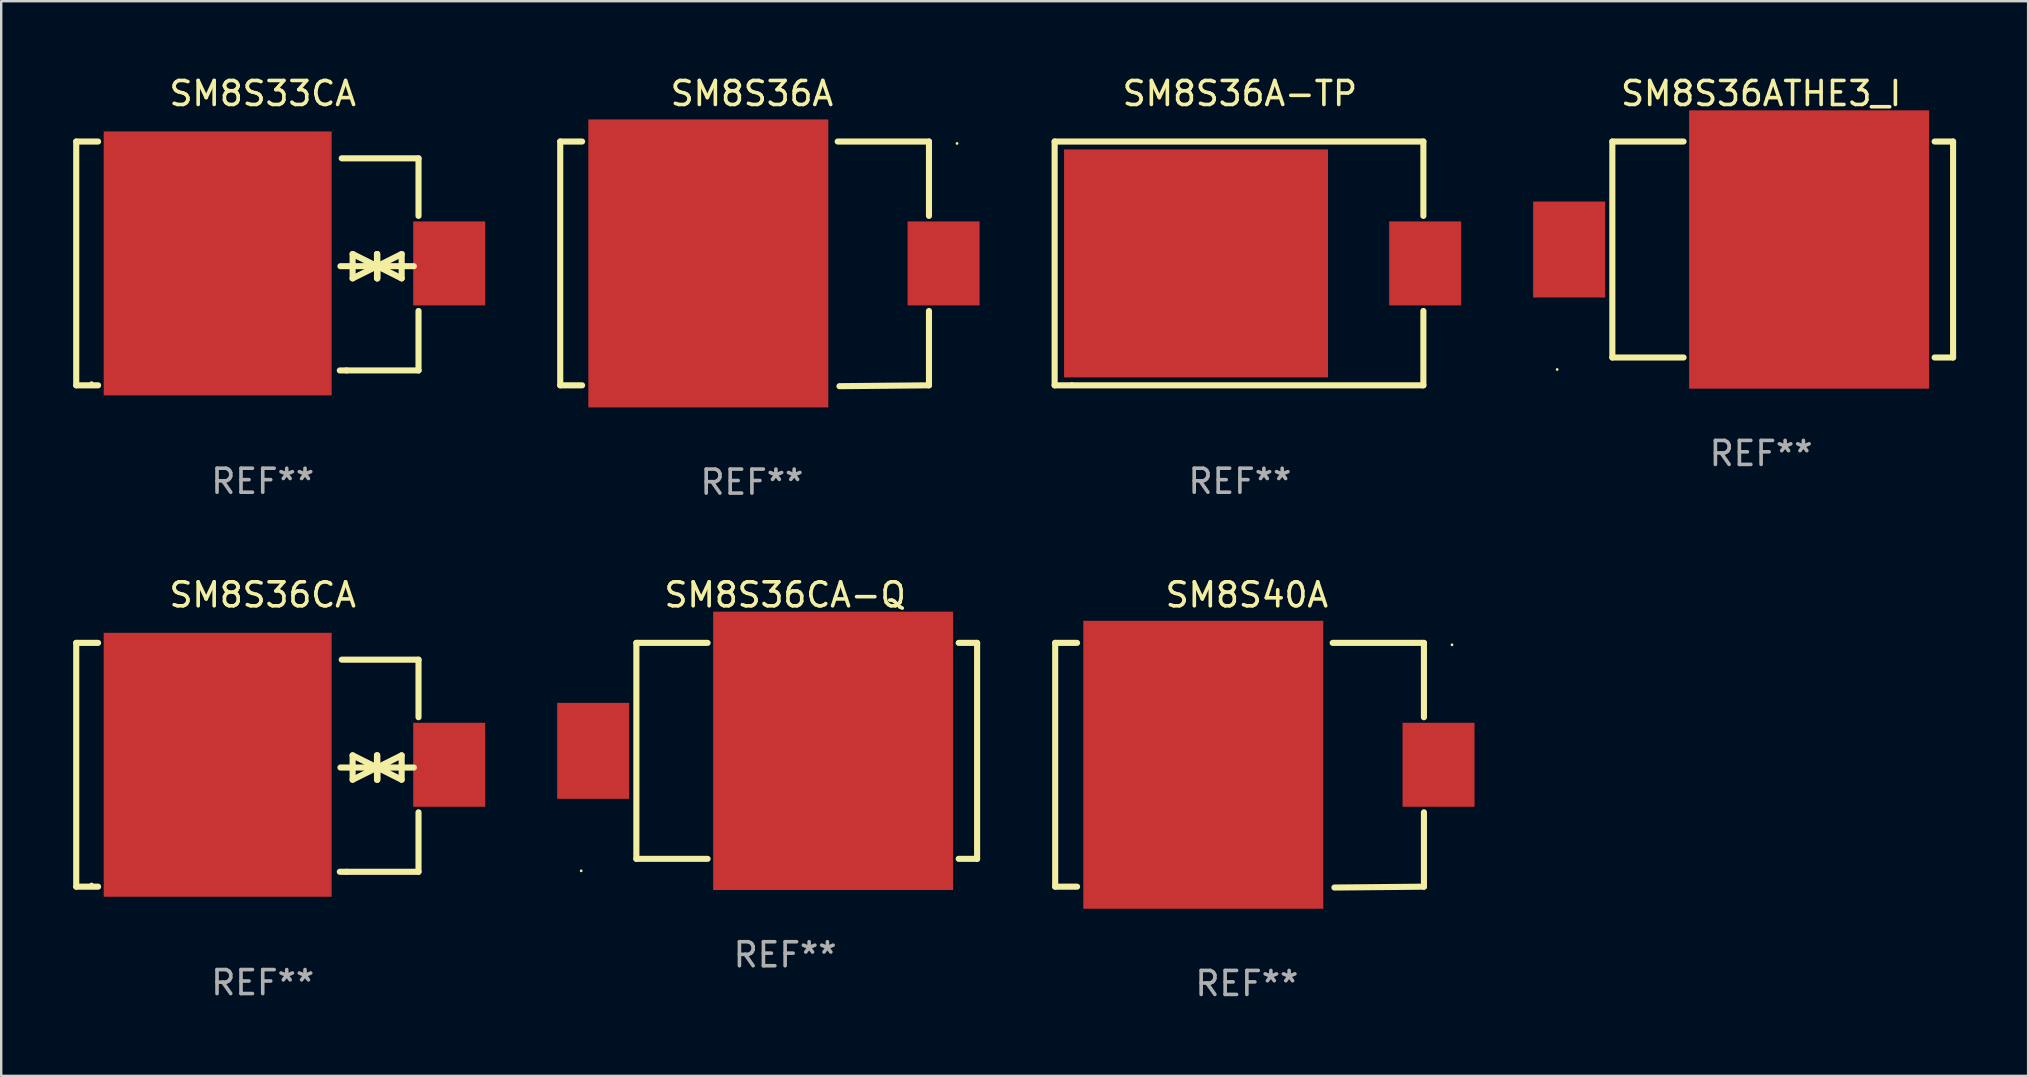
<source format=kicad_pcb>
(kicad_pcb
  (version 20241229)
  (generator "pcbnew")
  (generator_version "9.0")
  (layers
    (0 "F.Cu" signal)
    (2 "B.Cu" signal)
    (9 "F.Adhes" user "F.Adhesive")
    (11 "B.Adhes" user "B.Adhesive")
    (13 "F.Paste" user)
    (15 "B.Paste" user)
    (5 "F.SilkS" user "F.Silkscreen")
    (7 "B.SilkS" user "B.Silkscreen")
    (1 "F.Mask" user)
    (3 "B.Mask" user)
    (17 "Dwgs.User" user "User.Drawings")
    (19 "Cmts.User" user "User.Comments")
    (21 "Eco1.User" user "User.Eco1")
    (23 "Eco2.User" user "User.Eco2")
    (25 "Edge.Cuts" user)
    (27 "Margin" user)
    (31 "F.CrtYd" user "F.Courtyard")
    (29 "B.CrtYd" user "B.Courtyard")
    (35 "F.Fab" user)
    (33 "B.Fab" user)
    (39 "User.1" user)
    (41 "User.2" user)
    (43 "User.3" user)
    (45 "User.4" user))
  (footprint "SM8S40A"
    (layer "F.Cu")
    (at 48.912 28.839)
    (property "Reference" "SM8S40A" (at 0 -7.098 0) (layer "F.SilkS") (effects (font (size 1 1) (thickness 0.15))))
    (attr through_hole)
    (fp_line (start -7.988 -5.098) (end -7.076 -5.098) (stroke (width 0.254) (type solid)) (layer "F.SilkS"))
    (fp_line (start -7.988 5.062) (end -7.988 -5.098) (stroke (width 0.254) (type solid)) (layer "F.SilkS"))
    (fp_line (start -7.076 5.062) (end -7.988 5.062) (stroke (width 0.254) (type solid)) (layer "F.SilkS"))
    (fp_line (start 3.575 -5.098) (end 7.379 -5.098) (stroke (width 0.254) (type solid)) (layer "F.SilkS"))
    (fp_line (start 7.379 -5.098) (end 7.379 -1.999) (stroke (width 0.254) (type solid)) (layer "F.SilkS"))
    (fp_line (start 7.379 1.963) (end 7.379 5.062) (stroke (width 0.254) (type solid)) (layer "F.SilkS"))
    (fp_line (start 7.379 5.062) (end 3.648 5.098) (stroke (width 0.254) (type solid)) (layer "F.SilkS"))
    (fp_circle (center 8.549 -5.018) (end 8.579 -5.018) (stroke (width 0.06) (type solid)) (fill no) (layer "F.SilkS"))
    (fp_text user "REF**" (at 0 9.098 0) (layer "F.Fab") (effects (font (size 1 1) (thickness 0.15))))
    (pad "1" smd rect (at 7.988 -0.018 90) (size 3.5 3) (layers "F.Cu" "F.Mask" "F.Paste"))
    (pad "2" smd rect (at -1.816 -0.018 90) (size 12 10) (layers "F.Cu" "F.Mask" "F.Paste")))
  (footprint "SM8S36A-TP"
    (layer "F.Cu")
    (at 48.622 7.928)
    (property "Reference" "SM8S36A-TP" (at 0 -7.08 0) (layer "F.SilkS") (effects (font (size 1 1) (thickness 0.15))))
    (attr through_hole)
    (fp_line (start -7.721 -5.08) (end 7.646 -5.08) (stroke (width 0.254) (type solid)) (layer "F.SilkS"))
    (fp_line (start -7.721 5.08) (end -7.721 -5.08) (stroke (width 0.254) (type solid)) (layer "F.SilkS"))
    (fp_line (start 7.646 -5.08) (end 7.646 -1.981) (stroke (width 0.254) (type solid)) (layer "F.SilkS"))
    (fp_line (start 7.646 1.981) (end 7.646 5.08) (stroke (width 0.254) (type solid)) (layer "F.SilkS"))
    (fp_line (start 7.646 5.08) (end -7.721 5.08) (stroke (width 0.254) (type solid)) (layer "F.SilkS"))
    (fp_circle (center -7.003 5) (end -6.973 5) (stroke (width 0.06) (type solid)) (fill no) (layer "F.SilkS"))
    (fp_text user "REF**" (at 0 9.08 0) (layer "F.Fab") (effects (font (size 1 1) (thickness 0.15))))
    (pad "1" smd rect (at -1.828 0) (size 11 9.5) (layers "F.Cu" "F.Mask" "F.Paste"))
    (pad "2" smd rect (at 7.721 0 90) (size 3.5 3) (layers "F.Cu" "F.Mask" "F.Paste")))
  (footprint "SM8S36A"
    (layer "F.Cu")
    (at 28.285 7.946)
    (property "Reference" "SM8S36A" (at 0 -7.098 0) (layer "F.SilkS") (effects (font (size 1 1) (thickness 0.15))))
    (attr through_hole)
    (fp_line (start -7.988 -5.098) (end -7.076 -5.098) (stroke (width 0.254) (type solid)) (layer "F.SilkS"))
    (fp_line (start -7.988 5.062) (end -7.988 -5.098) (stroke (width 0.254) (type solid)) (layer "F.SilkS"))
    (fp_line (start -7.076 5.062) (end -7.988 5.062) (stroke (width 0.254) (type solid)) (layer "F.SilkS"))
    (fp_line (start 3.575 -5.098) (end 7.379 -5.098) (stroke (width 0.254) (type solid)) (layer "F.SilkS"))
    (fp_line (start 7.379 -5.098) (end 7.379 -1.999) (stroke (width 0.254) (type solid)) (layer "F.SilkS"))
    (fp_line (start 7.379 1.963) (end 7.379 5.062) (stroke (width 0.254) (type solid)) (layer "F.SilkS"))
    (fp_line (start 7.379 5.062) (end 3.648 5.098) (stroke (width 0.254) (type solid)) (layer "F.SilkS"))
    (fp_circle (center 8.549 -5.018) (end 8.579 -5.018) (stroke (width 0.06) (type solid)) (fill no) (layer "F.SilkS"))
    (fp_text user "REF**" (at 0 9.098 0) (layer "F.Fab") (effects (font (size 1 1) (thickness 0.15))))
    (pad "1" smd rect (at 7.988 -0.018 90) (size 3.5 3) (layers "F.Cu" "F.Mask" "F.Paste"))
    (pad "2" smd rect (at -1.816 -0.018 90) (size 12 10) (layers "F.Cu" "F.Mask" "F.Paste")))
  (footprint "SM8S36CA-Q"
    (layer "F.Cu")
    (at 29.67 28.241)
    (property "Reference" "SM8S36CA-Q" (at 0 -6.5 0) (layer "F.SilkS") (effects (font (size 1 1) (thickness 0.15))))
    (attr through_hole)
    (fp_line (start -6.2 -4.5) (end -6.2 4.5) (stroke (width 0.254) (type solid)) (layer "F.SilkS"))
    (fp_line (start -6.2 -4.5) (end -3.231 -4.5) (stroke (width 0.254) (type solid)) (layer "F.SilkS"))
    (fp_line (start -6.2 4.5) (end -3.231 4.5) (stroke (width 0.254) (type solid)) (layer "F.SilkS"))
    (fp_line (start 7.231 -4.5) (end 8 -4.5) (stroke (width 0.254) (type solid)) (layer "F.SilkS"))
    (fp_line (start 7.231 4.5) (end 8 4.5) (stroke (width 0.254) (type solid)) (layer "F.SilkS"))
    (fp_line (start 8 -4.5) (end 8 4.5) (stroke (width 0.254) (type solid)) (layer "F.SilkS"))
    (fp_circle (center -8.5 5) (end -8.47 5) (stroke (width 0.06) (type solid)) (fill no) (layer "F.SilkS"))
    (fp_text user "REF**" (at 0 8.5 0) (layer "F.Fab") (effects (font (size 1 1) (thickness 0.15))))
    (pad "1" smd rect (at -8 0 180) (size 3 4) (layers "F.Cu" "F.Mask" "F.Paste"))
    (pad "2" smd rect (at 2 0 180) (size 10 11.6) (layers "F.Cu" "F.Mask" "F.Paste")))
  (footprint "SM8S33CA"
    (layer "F.Cu")
    (at 7.899 7.928)
    (property "Reference" "SM8S33CA" (at 0 -7.08 0) (layer "F.SilkS") (effects (font (size 1 1) (thickness 0.15))))
    (attr through_hole)
    (fp_line (start -7.772 -5.08) (end -6.86 -5.08) (stroke (width 0.254) (type solid)) (layer "F.SilkS"))
    (fp_line (start -7.772 5.08) (end -7.772 -5.08) (stroke (width 0.254) (type solid)) (layer "F.SilkS"))
    (fp_line (start -7.772 5.08) (end -6.86 5.08) (stroke (width 0.254) (type solid)) (layer "F.SilkS"))
    (fp_line (start 3.238 0.115) (end 5.27 0.115) (stroke (width 0.254) (type solid)) (layer "F.SilkS"))
    (fp_line (start 3.292 -4.38) (end 6.492 -4.38) (stroke (width 0.254) (type solid)) (layer "F.SilkS"))
    (fp_line (start 3.492 4.46) (end 3.212 4.46) (stroke (width 0.254) (type solid)) (layer "F.SilkS"))
    (fp_line (start 3.746 -0.393) (end 3.746 0.623) (stroke (width 0.254) (type solid)) (layer "F.SilkS"))
    (fp_line (start 3.746 0.623) (end 4.762 0.115) (stroke (width 0.254) (type solid)) (layer "F.SilkS"))
    (fp_line (start 4.762 -0.393) (end 4.762 0.623) (stroke (width 0.254) (type solid)) (layer "F.SilkS"))
    (fp_line (start 4.762 0.115) (end 3.746 -0.393) (stroke (width 0.254) (type solid)) (layer "F.SilkS"))
    (fp_line (start 4.762 0.115) (end 4.762 -0.393) (stroke (width 0.254) (type solid)) (layer "F.SilkS"))
    (fp_line (start 4.774 0.115) (end 4.774 0.623) (stroke (width 0.254) (type solid)) (layer "F.SilkS"))
    (fp_line (start 4.774 0.115) (end 5.79 0.623) (stroke (width 0.254) (type solid)) (layer "F.SilkS"))
    (fp_line (start 4.774 0.623) (end 4.774 -0.393) (stroke (width 0.254) (type solid)) (layer "F.SilkS"))
    (fp_line (start 5.79 -0.393) (end 4.774 0.115) (stroke (width 0.254) (type solid)) (layer "F.SilkS"))
    (fp_line (start 5.79 0.623) (end 5.79 -0.393) (stroke (width 0.254) (type solid)) (layer "F.SilkS"))
    (fp_line (start 6.298 0.115) (end 4.266 0.115) (stroke (width 0.254) (type solid)) (layer "F.SilkS"))
    (fp_line (start 6.492 -4.38) (end 6.492 -1.981) (stroke (width 0.254) (type solid)) (layer "F.SilkS"))
    (fp_line (start 6.492 1.981) (end 6.492 4.46) (stroke (width 0.254) (type solid)) (layer "F.SilkS"))
    (fp_line (start 6.492 4.46) (end 3.492 4.46) (stroke (width 0.254) (type solid)) (layer "F.SilkS"))
    (fp_circle (center -7.133 5) (end -7.104 5) (stroke (width 0.06) (type solid)) (fill no) (layer "F.SilkS"))
    (fp_text user "REF**" (at 0 9.08 0) (layer "F.Fab") (effects (font (size 1 1) (thickness 0.15))))
    (pad "1" smd rect (at -1.878 0 90) (size 11 9.5) (layers "F.Cu" "F.Mask" "F.Paste"))
    (pad "2" smd rect (at 7.772 0 90) (size 3.5 3) (layers "F.Cu" "F.Mask" "F.Paste")))
  (footprint "SM8S36ATHE3_I"
    (layer "F.Cu")
    (at 70.343 7.348)
    (property "Reference" "SM8S36ATHE3_I" (at 0 -6.5 0) (layer "F.SilkS") (effects (font (size 1 1) (thickness 0.15))))
    (attr through_hole)
    (fp_line (start -6.2 -4.5) (end -6.2 4.5) (stroke (width 0.254) (type solid)) (layer "F.SilkS"))
    (fp_line (start -6.2 -4.5) (end -3.231 -4.5) (stroke (width 0.254) (type solid)) (layer "F.SilkS"))
    (fp_line (start -6.2 4.5) (end -3.231 4.5) (stroke (width 0.254) (type solid)) (layer "F.SilkS"))
    (fp_line (start 7.231 -4.5) (end 8 -4.5) (stroke (width 0.254) (type solid)) (layer "F.SilkS"))
    (fp_line (start 7.231 4.5) (end 8 4.5) (stroke (width 0.254) (type solid)) (layer "F.SilkS"))
    (fp_line (start 8 -4.5) (end 8 4.5) (stroke (width 0.254) (type solid)) (layer "F.SilkS"))
    (fp_circle (center -8.5 5) (end -8.47 5) (stroke (width 0.06) (type solid)) (fill no) (layer "F.SilkS"))
    (fp_text user "REF**" (at 0 8.5 0) (layer "F.Fab") (effects (font (size 1 1) (thickness 0.15))))
    (pad "1" smd rect (at -8 0 180) (size 3 4) (layers "F.Cu" "F.Mask" "F.Paste"))
    (pad "2" smd rect (at 2 0 180) (size 10 11.6) (layers "F.Cu" "F.Mask" "F.Paste")))
  (footprint "SM8S36CA"
    (layer "F.Cu")
    (at 7.899 28.821)
    (property "Reference" "SM8S36CA" (at 0 -7.08 0) (layer "F.SilkS") (effects (font (size 1 1) (thickness 0.15))))
    (attr through_hole)
    (fp_line (start -7.772 -5.08) (end -6.86 -5.08) (stroke (width 0.254) (type solid)) (layer "F.SilkS"))
    (fp_line (start -7.772 5.08) (end -7.772 -5.08) (stroke (width 0.254) (type solid)) (layer "F.SilkS"))
    (fp_line (start -7.772 5.08) (end -6.86 5.08) (stroke (width 0.254) (type solid)) (layer "F.SilkS"))
    (fp_line (start 3.238 0.115) (end 5.27 0.115) (stroke (width 0.254) (type solid)) (layer "F.SilkS"))
    (fp_line (start 3.292 -4.38) (end 6.492 -4.38) (stroke (width 0.254) (type solid)) (layer "F.SilkS"))
    (fp_line (start 3.492 4.46) (end 3.212 4.46) (stroke (width 0.254) (type solid)) (layer "F.SilkS"))
    (fp_line (start 3.746 -0.393) (end 3.746 0.623) (stroke (width 0.254) (type solid)) (layer "F.SilkS"))
    (fp_line (start 3.746 0.623) (end 4.762 0.115) (stroke (width 0.254) (type solid)) (layer "F.SilkS"))
    (fp_line (start 4.762 -0.393) (end 4.762 0.623) (stroke (width 0.254) (type solid)) (layer "F.SilkS"))
    (fp_line (start 4.762 0.115) (end 3.746 -0.393) (stroke (width 0.254) (type solid)) (layer "F.SilkS"))
    (fp_line (start 4.762 0.115) (end 4.762 -0.393) (stroke (width 0.254) (type solid)) (layer "F.SilkS"))
    (fp_line (start 4.774 0.115) (end 4.774 0.623) (stroke (width 0.254) (type solid)) (layer "F.SilkS"))
    (fp_line (start 4.774 0.115) (end 5.79 0.623) (stroke (width 0.254) (type solid)) (layer "F.SilkS"))
    (fp_line (start 4.774 0.623) (end 4.774 -0.393) (stroke (width 0.254) (type solid)) (layer "F.SilkS"))
    (fp_line (start 5.79 -0.393) (end 4.774 0.115) (stroke (width 0.254) (type solid)) (layer "F.SilkS"))
    (fp_line (start 5.79 0.623) (end 5.79 -0.393) (stroke (width 0.254) (type solid)) (layer "F.SilkS"))
    (fp_line (start 6.298 0.115) (end 4.266 0.115) (stroke (width 0.254) (type solid)) (layer "F.SilkS"))
    (fp_line (start 6.492 -4.38) (end 6.492 -1.981) (stroke (width 0.254) (type solid)) (layer "F.SilkS"))
    (fp_line (start 6.492 1.981) (end 6.492 4.46) (stroke (width 0.254) (type solid)) (layer "F.SilkS"))
    (fp_line (start 6.492 4.46) (end 3.492 4.46) (stroke (width 0.254) (type solid)) (layer "F.SilkS"))
    (fp_circle (center -7.133 5) (end -7.104 5) (stroke (width 0.06) (type solid)) (fill no) (layer "F.SilkS"))
    (fp_text user "REF**" (at 0 9.08 0) (layer "F.Fab") (effects (font (size 1 1) (thickness 0.15))))
    (pad "1" smd rect (at -1.878 0 90) (size 11 9.5) (layers "F.Cu" "F.Mask" "F.Paste"))
    (pad "2" smd rect (at 7.772 0 90) (size 3.5 3) (layers "F.Cu" "F.Mask" "F.Paste")))
  (gr_rect
    (start -3 -3)
    (end 81.47 41.786)
    (stroke (width 0.1) (type default))
    (fill no)
    (layer "Edge.Cuts")))
</source>
